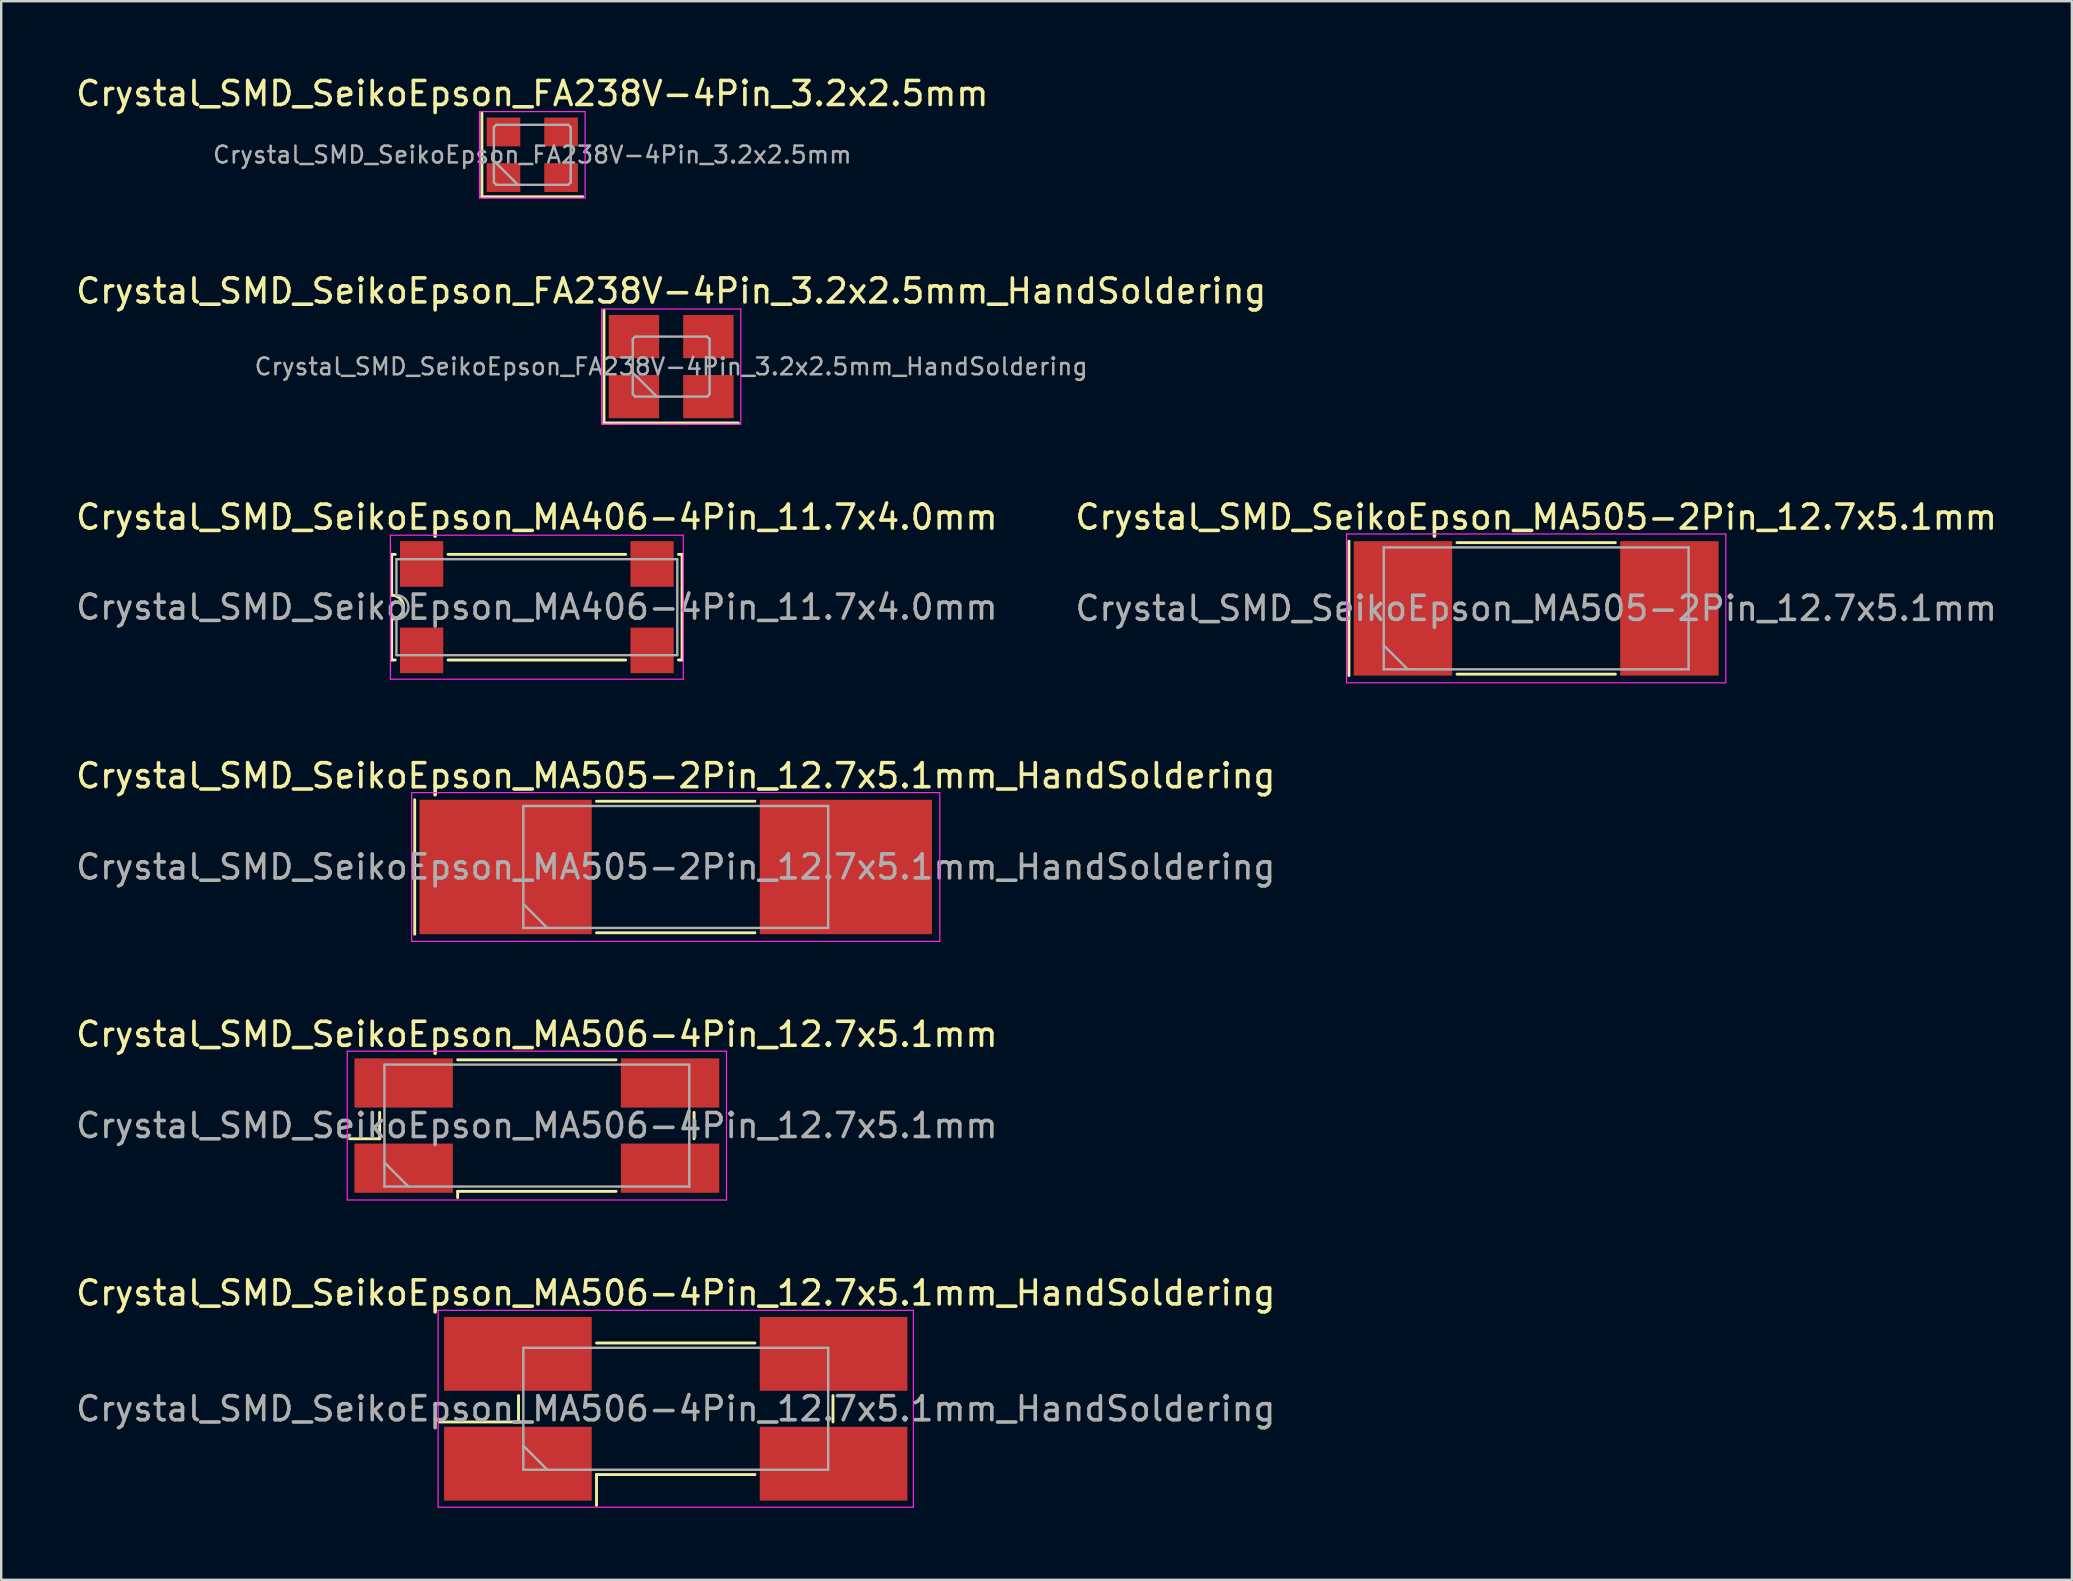
<source format=kicad_pcb>
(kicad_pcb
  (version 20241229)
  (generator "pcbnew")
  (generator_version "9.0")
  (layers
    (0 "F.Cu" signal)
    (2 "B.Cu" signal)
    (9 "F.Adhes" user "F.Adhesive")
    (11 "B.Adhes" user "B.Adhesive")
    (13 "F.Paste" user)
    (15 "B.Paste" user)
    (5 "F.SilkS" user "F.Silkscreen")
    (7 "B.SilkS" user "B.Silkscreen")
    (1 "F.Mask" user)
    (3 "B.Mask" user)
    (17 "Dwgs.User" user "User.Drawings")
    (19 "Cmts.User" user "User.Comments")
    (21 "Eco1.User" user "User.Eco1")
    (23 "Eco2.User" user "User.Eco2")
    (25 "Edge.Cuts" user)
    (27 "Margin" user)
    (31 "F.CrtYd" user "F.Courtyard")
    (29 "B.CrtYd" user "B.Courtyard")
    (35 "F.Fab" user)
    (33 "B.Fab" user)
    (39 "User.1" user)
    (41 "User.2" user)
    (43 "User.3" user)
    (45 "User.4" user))
  (footprint "Crystal_SMD_SeikoEpson_FA238V-4Pin_3.2x2.5mm"
    (layer "F.Cu")
    (at 19.125 3.398)
    (property "Reference" "Crystal_SMD_SeikoEpson_FA238V-4Pin_3.2x2.5mm" (at 0 -2.55 0) (layer "F.SilkS") (effects (font (size 1 1) (thickness 0.15))))
    (attr smd)
    (fp_line (start -2.1 -1.75) (end -2.1 1.75) (stroke (width 0.12) (type solid)) (layer "F.SilkS"))
    (fp_line (start -2.1 1.75) (end 2.1 1.75) (stroke (width 0.12) (type solid)) (layer "F.SilkS"))
    (fp_line (start -2.2 -1.8) (end -2.2 1.8) (stroke (width 0.05) (type solid)) (layer "F.CrtYd"))
    (fp_line (start -2.2 1.8) (end 2.2 1.8) (stroke (width 0.05) (type solid)) (layer "F.CrtYd"))
    (fp_line (start 2.2 -1.8) (end -2.2 -1.8) (stroke (width 0.05) (type solid)) (layer "F.CrtYd"))
    (fp_line (start 2.2 1.8) (end 2.2 -1.8) (stroke (width 0.05) (type solid)) (layer "F.CrtYd"))
    (fp_line (start -1.6 -1.15) (end -1.5 -1.25) (stroke (width 0.1) (type solid)) (layer "F.Fab"))
    (fp_line (start -1.6 0.25) (end -0.6 1.25) (stroke (width 0.1) (type solid)) (layer "F.Fab"))
    (fp_line (start -1.6 1.15) (end -1.6 -1.15) (stroke (width 0.1) (type solid)) (layer "F.Fab"))
    (fp_line (start -1.5 -1.25) (end 1.5 -1.25) (stroke (width 0.1) (type solid)) (layer "F.Fab"))
    (fp_line (start -1.5 1.25) (end -1.6 1.15) (stroke (width 0.1) (type solid)) (layer "F.Fab"))
    (fp_line (start 1.5 -1.25) (end 1.6 -1.15) (stroke (width 0.1) (type solid)) (layer "F.Fab"))
    (fp_line (start 1.5 1.25) (end -1.5 1.25) (stroke (width 0.1) (type solid)) (layer "F.Fab"))
    (fp_line (start 1.6 -1.15) (end 1.6 1.15) (stroke (width 0.1) (type solid)) (layer "F.Fab"))
    (fp_line (start 1.6 1.15) (end 1.5 1.25) (stroke (width 0.1) (type solid)) (layer "F.Fab"))
    (fp_text user "${REFERENCE}" (at 0 0 0) (layer "F.Fab") (effects (font (size 0.7 0.7) (thickness 0.105))))
    (pad "1" smd rect (at -1.2 0.95) (size 1.4 1.2) (layers "F.Cu" "F.Mask" "F.Paste"))
    (pad "2" smd rect (at 1.2 0.95) (size 1.4 1.2) (layers "F.Cu" "F.Mask" "F.Paste"))
    (pad "3" smd rect (at 1.2 -0.95) (size 1.4 1.2) (layers "F.Cu" "F.Mask" "F.Paste"))
    (pad "4" smd rect (at -1.2 -0.95) (size 1.4 1.2) (layers "F.Cu" "F.Mask" "F.Paste")))
  (footprint "Crystal_SMD_SeikoEpson_MA505-2Pin_12.7x5.1mm"
    (layer "F.Cu")
    (at 60.946 22.295)
    (property "Reference" "Crystal_SMD_SeikoEpson_MA505-2Pin_12.7x5.1mm" (at 0 -3.8 0) (layer "F.SilkS") (effects (font (size 1 1) (thickness 0.15))))
    (attr smd)
    (fp_line (start -7.8 -2.8) (end -7.8 2.8) (stroke (width 0.12) (type solid)) (layer "F.SilkS"))
    (fp_line (start -3.3 -2.74) (end 3.3 -2.74) (stroke (width 0.12) (type solid)) (layer "F.SilkS"))
    (fp_line (start -3.3 2.74) (end 3.3 2.74) (stroke (width 0.12) (type solid)) (layer "F.SilkS"))
    (fp_line (start -7.9 -3.1) (end -7.9 3.1) (stroke (width 0.05) (type solid)) (layer "F.CrtYd"))
    (fp_line (start -7.9 3.1) (end 7.9 3.1) (stroke (width 0.05) (type solid)) (layer "F.CrtYd"))
    (fp_line (start 7.9 -3.1) (end -7.9 -3.1) (stroke (width 0.05) (type solid)) (layer "F.CrtYd"))
    (fp_line (start 7.9 3.1) (end 7.9 -3.1) (stroke (width 0.05) (type solid)) (layer "F.CrtYd"))
    (fp_line (start -6.35 -2.54) (end -6.35 2.54) (stroke (width 0.1) (type solid)) (layer "F.Fab"))
    (fp_line (start -6.35 1.54) (end -5.35 2.54) (stroke (width 0.1) (type solid)) (layer "F.Fab"))
    (fp_line (start -6.35 2.54) (end 6.35 2.54) (stroke (width 0.1) (type solid)) (layer "F.Fab"))
    (fp_line (start 6.35 -2.54) (end -6.35 -2.54) (stroke (width 0.1) (type solid)) (layer "F.Fab"))
    (fp_line (start 6.35 2.54) (end 6.35 -2.54) (stroke (width 0.1) (type solid)) (layer "F.Fab"))
    (fp_text user "${REFERENCE}" (at 0 0 0) (layer "F.Fab") (effects (font (size 1 1) (thickness 0.15))))
    (pad "1" smd rect (at -5.55 0) (size 4.1 5.6) (layers "F.Cu" "F.Mask" "F.Paste"))
    (pad "2" smd rect (at 5.55 0) (size 4.1 5.6) (layers "F.Cu" "F.Mask" "F.Paste")))
  (footprint "Crystal_SMD_SeikoEpson_MA505-2Pin_12.7x5.1mm_HandSoldering"
    (layer "F.Cu")
    (at 25.101 33.068)
    (property "Reference" "Crystal_SMD_SeikoEpson_MA505-2Pin_12.7x5.1mm_HandSoldering" (at 0 -3.8 0) (layer "F.SilkS") (effects (font (size 1 1) (thickness 0.15))))
    (attr smd)
    (fp_line (start -10.875 -2.8) (end -10.875 2.8) (stroke (width 0.12) (type solid)) (layer "F.SilkS"))
    (fp_line (start -3.3 -2.74) (end 3.3 -2.74) (stroke (width 0.12) (type solid)) (layer "F.SilkS"))
    (fp_line (start -3.3 2.74) (end 3.3 2.74) (stroke (width 0.12) (type solid)) (layer "F.SilkS"))
    (fp_line (start -11 -3.1) (end -11 3.1) (stroke (width 0.05) (type solid)) (layer "F.CrtYd"))
    (fp_line (start -11 3.1) (end 11 3.1) (stroke (width 0.05) (type solid)) (layer "F.CrtYd"))
    (fp_line (start 11 -3.1) (end -11 -3.1) (stroke (width 0.05) (type solid)) (layer "F.CrtYd"))
    (fp_line (start 11 3.1) (end 11 -3.1) (stroke (width 0.05) (type solid)) (layer "F.CrtYd"))
    (fp_line (start -6.35 -2.54) (end -6.35 2.54) (stroke (width 0.1) (type solid)) (layer "F.Fab"))
    (fp_line (start -6.35 1.54) (end -5.35 2.54) (stroke (width 0.1) (type solid)) (layer "F.Fab"))
    (fp_line (start -6.35 2.54) (end 6.35 2.54) (stroke (width 0.1) (type solid)) (layer "F.Fab"))
    (fp_line (start 6.35 -2.54) (end -6.35 -2.54) (stroke (width 0.1) (type solid)) (layer "F.Fab"))
    (fp_line (start 6.35 2.54) (end 6.35 -2.54) (stroke (width 0.1) (type solid)) (layer "F.Fab"))
    (fp_text user "${REFERENCE}" (at 0 0 0) (layer "F.Fab") (effects (font (size 1 1) (thickness 0.15))))
    (pad "1" smd rect (at -7.088 0) (size 7.175 5.6) (layers "F.Cu" "F.Mask" "F.Paste"))
    (pad "2" smd rect (at 7.088 0) (size 7.175 5.6) (layers "F.Cu" "F.Mask" "F.Paste")))
  (footprint "Crystal_SMD_SeikoEpson_MA506-4Pin_12.7x5.1mm"
    (layer "F.Cu")
    (at 19.315 43.841)
    (property "Reference" "Crystal_SMD_SeikoEpson_MA506-4Pin_12.7x5.1mm" (at 0 -3.8 0) (layer "F.SilkS") (effects (font (size 1 1) (thickness 0.15))))
    (attr smd)
    (fp_line (start -7.8 0.55) (end -6.55 0.55) (stroke (width 0.12) (type solid)) (layer "F.SilkS"))
    (fp_line (start -6.55 0.55) (end -6.55 -0.55) (stroke (width 0.12) (type solid)) (layer "F.SilkS"))
    (fp_line (start -3.3 -2.74) (end 3.3 -2.74) (stroke (width 0.12) (type solid)) (layer "F.SilkS"))
    (fp_line (start -3.3 2.74) (end -3.3 3) (stroke (width 0.12) (type solid)) (layer "F.SilkS"))
    (fp_line (start 3.3 2.74) (end -3.3 2.74) (stroke (width 0.12) (type solid)) (layer "F.SilkS"))
    (fp_line (start 6.55 -0.55) (end 6.55 0.55) (stroke (width 0.12) (type solid)) (layer "F.SilkS"))
    (fp_line (start -7.9 -3.1) (end -7.9 3.1) (stroke (width 0.05) (type solid)) (layer "F.CrtYd"))
    (fp_line (start -7.9 3.1) (end 7.9 3.1) (stroke (width 0.05) (type solid)) (layer "F.CrtYd"))
    (fp_line (start 7.9 -3.1) (end -7.9 -3.1) (stroke (width 0.05) (type solid)) (layer "F.CrtYd"))
    (fp_line (start 7.9 3.1) (end 7.9 -3.1) (stroke (width 0.05) (type solid)) (layer "F.CrtYd"))
    (fp_line (start -6.35 -2.54) (end -6.35 2.54) (stroke (width 0.1) (type solid)) (layer "F.Fab"))
    (fp_line (start -6.35 1.54) (end -5.35 2.54) (stroke (width 0.1) (type solid)) (layer "F.Fab"))
    (fp_line (start -6.35 2.54) (end 6.35 2.54) (stroke (width 0.1) (type solid)) (layer "F.Fab"))
    (fp_line (start 6.35 -2.54) (end -6.35 -2.54) (stroke (width 0.1) (type solid)) (layer "F.Fab"))
    (fp_line (start 6.35 2.54) (end 6.35 -2.54) (stroke (width 0.1) (type solid)) (layer "F.Fab"))
    (fp_text user "${REFERENCE}" (at 0 0 0) (layer "F.Fab") (effects (font (size 1 1) (thickness 0.15))))
    (pad "1" smd rect (at -5.55 1.775) (size 4.1 2.05) (layers "F.Cu" "F.Mask" "F.Paste"))
    (pad "2" smd rect (at 5.55 1.775) (size 4.1 2.05) (layers "F.Cu" "F.Mask" "F.Paste"))
    (pad "3" smd rect (at 5.55 -1.775) (size 4.1 2.05) (layers "F.Cu" "F.Mask" "F.Paste"))
    (pad "4" smd rect (at -5.55 -1.775) (size 4.1 2.05) (layers "F.Cu" "F.Mask" "F.Paste")))
  (footprint "Crystal_SMD_SeikoEpson_FA238V-4Pin_3.2x2.5mm_HandSoldering"
    (layer "F.Cu")
    (at 24.911 12.222)
    (property "Reference" "Crystal_SMD_SeikoEpson_FA238V-4Pin_3.2x2.5mm_HandSoldering" (at 0 -3.15 0) (layer "F.SilkS") (effects (font (size 1 1) (thickness 0.15))))
    (attr smd)
    (fp_line (start -2.8 -2.35) (end -2.8 2.35) (stroke (width 0.12) (type solid)) (layer "F.SilkS"))
    (fp_line (start -2.8 2.35) (end 2.8 2.35) (stroke (width 0.12) (type solid)) (layer "F.SilkS"))
    (fp_line (start -2.9 -2.4) (end -2.9 2.4) (stroke (width 0.05) (type solid)) (layer "F.CrtYd"))
    (fp_line (start -2.9 2.4) (end 2.9 2.4) (stroke (width 0.05) (type solid)) (layer "F.CrtYd"))
    (fp_line (start 2.9 -2.4) (end -2.9 -2.4) (stroke (width 0.05) (type solid)) (layer "F.CrtYd"))
    (fp_line (start 2.9 2.4) (end 2.9 -2.4) (stroke (width 0.05) (type solid)) (layer "F.CrtYd"))
    (fp_line (start -1.6 -1.15) (end -1.5 -1.25) (stroke (width 0.1) (type solid)) (layer "F.Fab"))
    (fp_line (start -1.6 0.25) (end -0.6 1.25) (stroke (width 0.1) (type solid)) (layer "F.Fab"))
    (fp_line (start -1.6 1.15) (end -1.6 -1.15) (stroke (width 0.1) (type solid)) (layer "F.Fab"))
    (fp_line (start -1.5 -1.25) (end 1.5 -1.25) (stroke (width 0.1) (type solid)) (layer "F.Fab"))
    (fp_line (start -1.5 1.25) (end -1.6 1.15) (stroke (width 0.1) (type solid)) (layer "F.Fab"))
    (fp_line (start 1.5 -1.25) (end 1.6 -1.15) (stroke (width 0.1) (type solid)) (layer "F.Fab"))
    (fp_line (start 1.5 1.25) (end -1.5 1.25) (stroke (width 0.1) (type solid)) (layer "F.Fab"))
    (fp_line (start 1.6 -1.15) (end 1.6 1.15) (stroke (width 0.1) (type solid)) (layer "F.Fab"))
    (fp_line (start 1.6 1.15) (end 1.5 1.25) (stroke (width 0.1) (type solid)) (layer "F.Fab"))
    (fp_text user "${REFERENCE}" (at 0 0 0) (layer "F.Fab") (effects (font (size 0.7 0.7) (thickness 0.105))))
    (pad "1" smd rect (at -1.55 1.25) (size 2.1 1.8) (layers "F.Cu" "F.Mask" "F.Paste"))
    (pad "2" smd rect (at 1.55 1.25) (size 2.1 1.8) (layers "F.Cu" "F.Mask" "F.Paste"))
    (pad "3" smd rect (at 1.55 -1.25) (size 2.1 1.8) (layers "F.Cu" "F.Mask" "F.Paste"))
    (pad "4" smd rect (at -1.55 -1.25) (size 2.1 1.8) (layers "F.Cu" "F.Mask" "F.Paste")))
  (footprint "Crystal_SMD_SeikoEpson_MA506-4Pin_12.7x5.1mm_HandSoldering"
    (layer "F.Cu")
    (at 25.101 55.639)
    (property "Reference" "Crystal_SMD_SeikoEpson_MA506-4Pin_12.7x5.1mm_HandSoldering" (at 0 -4.825 0) (layer "F.SilkS") (effects (font (size 1 1) (thickness 0.15))))
    (attr smd)
    (fp_line (start -9.85 0.55) (end -6.55 0.55) (stroke (width 0.12) (type solid)) (layer "F.SilkS"))
    (fp_line (start -6.55 0.55) (end -6.55 -0.55) (stroke (width 0.12) (type solid)) (layer "F.SilkS"))
    (fp_line (start -3.3 -2.74) (end 3.3 -2.74) (stroke (width 0.12) (type solid)) (layer "F.SilkS"))
    (fp_line (start -3.3 2.74) (end -3.3 4.025) (stroke (width 0.12) (type solid)) (layer "F.SilkS"))
    (fp_line (start 3.3 2.74) (end -3.3 2.74) (stroke (width 0.12) (type solid)) (layer "F.SilkS"))
    (fp_line (start 6.55 -0.55) (end 6.55 0.55) (stroke (width 0.12) (type solid)) (layer "F.SilkS"))
    (fp_line (start -9.9 -4.1) (end -9.9 4.1) (stroke (width 0.05) (type solid)) (layer "F.CrtYd"))
    (fp_line (start -9.9 4.1) (end 9.9 4.1) (stroke (width 0.05) (type solid)) (layer "F.CrtYd"))
    (fp_line (start 9.9 -4.1) (end -9.9 -4.1) (stroke (width 0.05) (type solid)) (layer "F.CrtYd"))
    (fp_line (start 9.9 4.1) (end 9.9 -4.1) (stroke (width 0.05) (type solid)) (layer "F.CrtYd"))
    (fp_line (start -6.35 -2.54) (end -6.35 2.54) (stroke (width 0.1) (type solid)) (layer "F.Fab"))
    (fp_line (start -6.35 1.54) (end -5.35 2.54) (stroke (width 0.1) (type solid)) (layer "F.Fab"))
    (fp_line (start -6.35 2.54) (end 6.35 2.54) (stroke (width 0.1) (type solid)) (layer "F.Fab"))
    (fp_line (start 6.35 -2.54) (end -6.35 -2.54) (stroke (width 0.1) (type solid)) (layer "F.Fab"))
    (fp_line (start 6.35 2.54) (end 6.35 -2.54) (stroke (width 0.1) (type solid)) (layer "F.Fab"))
    (fp_text user "${REFERENCE}" (at 0 0 0) (layer "F.Fab") (effects (font (size 1 1) (thickness 0.15))))
    (pad "1" smd rect (at -6.575 2.288) (size 6.15 3.075) (layers "F.Cu" "F.Mask" "F.Paste"))
    (pad "2" smd rect (at 6.575 2.288) (size 6.15 3.075) (layers "F.Cu" "F.Mask" "F.Paste"))
    (pad "3" smd rect (at 6.575 -2.288) (size 6.15 3.075) (layers "F.Cu" "F.Mask" "F.Paste"))
    (pad "4" smd rect (at -6.575 -2.288) (size 6.15 3.075) (layers "F.Cu" "F.Mask" "F.Paste")))
  (footprint "Crystal_SMD_SeikoEpson_MA406-4Pin_11.7x4.0mm"
    (layer "F.Cu")
    (at 19.315 22.245)
    (property "Reference" "Crystal_SMD_SeikoEpson_MA406-4Pin_11.7x4.0mm" (at 0 -3.75 0) (layer "F.SilkS") (effects (font (size 1 1) (thickness 0.15))))
    (attr smd)
    (fp_line (start -6.05 -2.2) (end -5.9 -2.2) (stroke (width 0.12) (type solid)) (layer "F.SilkS"))
    (fp_line (start -6.05 -0.5) (end -6.05 -2.2) (stroke (width 0.12) (type solid)) (layer "F.SilkS"))
    (fp_line (start -6.05 2.2) (end -6.05 0.5) (stroke (width 0.12) (type solid)) (layer "F.SilkS"))
    (fp_line (start -6.05 2.2) (end -5.9 2.2) (stroke (width 0.12) (type solid)) (layer "F.SilkS"))
    (fp_line (start -3.7 -2.2) (end 3.7 -2.2) (stroke (width 0.12) (type solid)) (layer "F.SilkS"))
    (fp_line (start 3.7 2.2) (end -3.7 2.2) (stroke (width 0.12) (type solid)) (layer "F.SilkS"))
    (fp_line (start 5.9 -2.2) (end 6.05 -2.2) (stroke (width 0.12) (type solid)) (layer "F.SilkS"))
    (fp_line (start 6.05 -2.2) (end 6.05 2.2) (stroke (width 0.12) (type solid)) (layer "F.SilkS"))
    (fp_line (start 6.05 2.2) (end 5.9 2.2) (stroke (width 0.12) (type solid)) (layer "F.SilkS"))
    (fp_arc (start -6.05 -0.5) (mid -5.55 0) (end -6.05 0.5) (stroke (width 0.12) (type solid)) (layer "F.SilkS"))
    (fp_line (start -6.1 -3) (end -6.1 3) (stroke (width 0.05) (type solid)) (layer "F.CrtYd"))
    (fp_line (start -6.1 3) (end 6.1 3) (stroke (width 0.05) (type solid)) (layer "F.CrtYd"))
    (fp_line (start 6.1 -3) (end -6.1 -3) (stroke (width 0.05) (type solid)) (layer "F.CrtYd"))
    (fp_line (start 6.1 3) (end 6.1 -3) (stroke (width 0.05) (type solid)) (layer "F.CrtYd"))
    (fp_line (start -5.85 -2) (end 5.85 -2) (stroke (width 0.1) (type solid)) (layer "F.Fab"))
    (fp_line (start -5.85 -0.5) (end -5.85 -2) (stroke (width 0.1) (type solid)) (layer "F.Fab"))
    (fp_line (start -5.85 2) (end -5.85 0.5) (stroke (width 0.1) (type solid)) (layer "F.Fab"))
    (fp_line (start 5.85 -2) (end 5.85 2) (stroke (width 0.1) (type solid)) (layer "F.Fab"))
    (fp_line (start 5.85 2) (end -5.85 2) (stroke (width 0.1) (type solid)) (layer "F.Fab"))
    (fp_arc (start -5.85 -0.5) (mid -5.35 0) (end -5.85 0.5) (stroke (width 0.1) (type solid)) (layer "F.Fab"))
    (fp_text user "${REFERENCE}" (at 0 0 0) (layer "F.Fab") (effects (font (size 1 1) (thickness 0.15))))
    (pad "1" smd rect (at -4.8 1.8) (size 1.8 1.9) (layers "F.Cu" "F.Mask" "F.Paste"))
    (pad "2" smd rect (at 4.8 1.8) (size 1.8 1.9) (layers "F.Cu" "F.Mask" "F.Paste"))
    (pad "3" smd rect (at 4.8 -1.8) (size 1.8 1.9) (layers "F.Cu" "F.Mask" "F.Paste"))
    (pad "4" smd rect (at -4.8 -1.8) (size 1.8 1.9) (layers "F.Cu" "F.Mask" "F.Paste")))
  (gr_rect
    (start -3 -3)
    (end 83.262 62.764)
    (stroke (width 0.1) (type default))
    (fill no)
    (layer "Edge.Cuts")))
</source>
